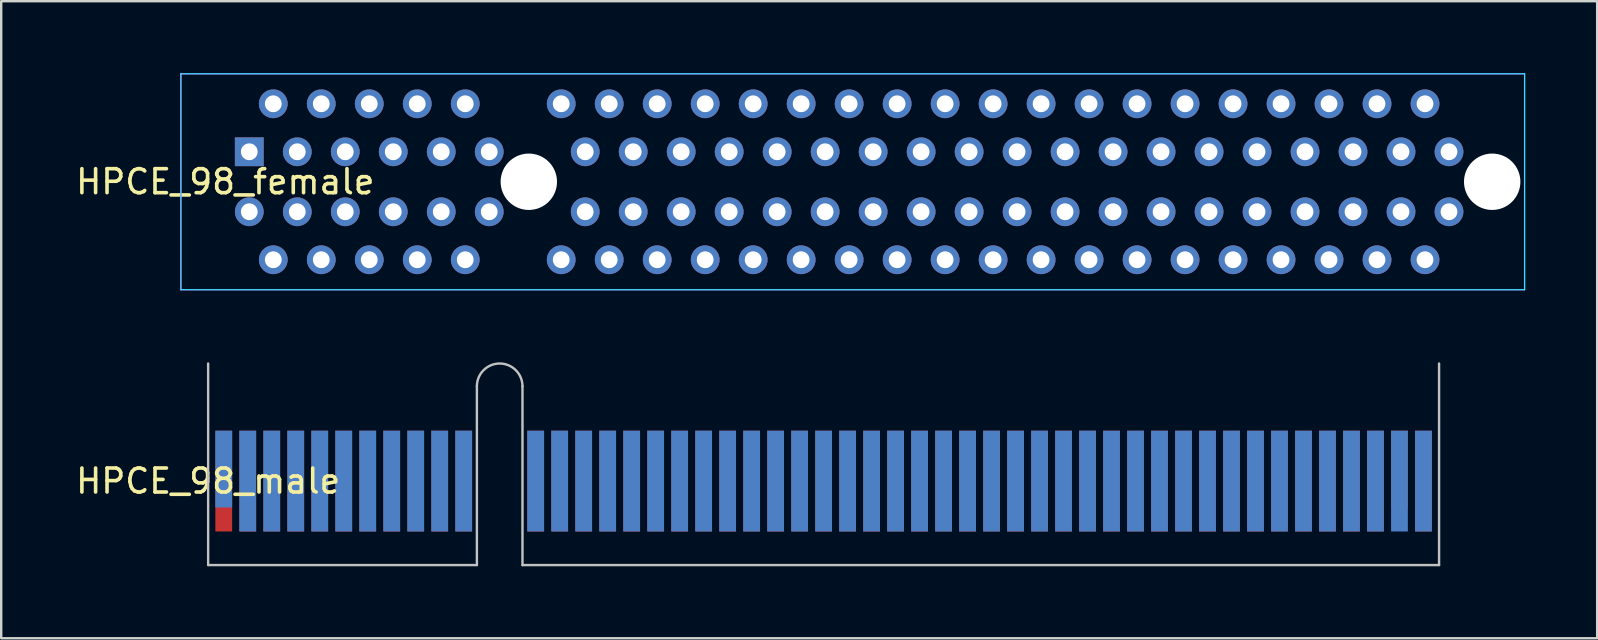
<source format=kicad_pcb>
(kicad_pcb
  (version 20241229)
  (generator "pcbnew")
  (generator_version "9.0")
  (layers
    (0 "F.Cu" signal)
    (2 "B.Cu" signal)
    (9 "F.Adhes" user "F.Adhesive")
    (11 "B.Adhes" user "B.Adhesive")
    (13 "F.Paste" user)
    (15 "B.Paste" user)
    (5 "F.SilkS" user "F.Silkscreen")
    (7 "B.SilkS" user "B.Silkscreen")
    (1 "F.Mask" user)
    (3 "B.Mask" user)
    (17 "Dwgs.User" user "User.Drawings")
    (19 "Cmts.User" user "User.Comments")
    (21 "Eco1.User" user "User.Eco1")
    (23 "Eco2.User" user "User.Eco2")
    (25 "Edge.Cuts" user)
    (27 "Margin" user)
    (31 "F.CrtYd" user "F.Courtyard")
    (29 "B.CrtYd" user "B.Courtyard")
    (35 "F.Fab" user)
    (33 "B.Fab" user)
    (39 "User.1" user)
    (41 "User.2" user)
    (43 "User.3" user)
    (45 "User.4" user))
  (footprint "HPCE_98_male"
    (layer "F.Cu")
    (at 5.625 17)
    (property "Reference" "HPCE_98_male" (at 0 0 0) (layer "F.SilkS") (effects (font (size 1 1) (thickness 0.15))))
    (attr through_hole)
    (fp_line (start 0 3.5) (end 0 -4.9) (stroke (width 0.1) (type solid)) (layer "Dwgs.User"))
    (fp_line (start 0 3.5) (end 11.2 3.5) (stroke (width 0.1) (type solid)) (layer "Dwgs.User"))
    (fp_line (start 11.2 3.5) (end 11.2 -3.95) (stroke (width 0.1) (type solid)) (layer "Dwgs.User"))
    (fp_line (start 13.1 3.5) (end 13.1 -3.95) (stroke (width 0.1) (type solid)) (layer "Dwgs.User"))
    (fp_line (start 13.1 3.5) (end 51.3 3.5) (stroke (width 0.1) (type solid)) (layer "Dwgs.User"))
    (fp_line (start 51.3 3.5) (end 51.3 -4.9) (stroke (width 0.1) (type solid)) (layer "Dwgs.User"))
    (fp_arc (start 11.2 -3.95) (mid 12.15 -4.9) (end 13.1 -3.95) (stroke (width 0.1) (type solid)) (layer "Dwgs.User"))
    (pad "A1" smd rect (at 0.65 -0.5) (size 0.7 3.2) (layers "B.Cu" "B.Mask"))
    (pad "A2" smd rect (at 1.65 0) (size 0.7 4.2) (layers "B.Cu" "B.Mask"))
    (pad "A3" smd rect (at 2.65 0) (size 0.7 4.2) (layers "B.Cu" "B.Mask"))
    (pad "A4" smd rect (at 3.65 0) (size 0.7 4.2) (layers "B.Cu" "B.Mask"))
    (pad "A5" smd rect (at 4.65 0) (size 0.7 4.2) (layers "B.Cu" "B.Mask"))
    (pad "A6" smd rect (at 5.65 0) (size 0.7 4.2) (layers "B.Cu" "B.Mask"))
    (pad "A7" smd rect (at 6.65 0) (size 0.7 4.2) (layers "B.Cu" "B.Mask"))
    (pad "A8" smd rect (at 7.65 0) (size 0.7 4.2) (layers "B.Cu" "B.Mask"))
    (pad "A9" smd rect (at 8.65 0) (size 0.7 4.2) (layers "B.Cu" "B.Mask"))
    (pad "A10" smd rect (at 9.65 0) (size 0.7 4.2) (layers "B.Cu" "B.Mask"))
    (pad "A11" smd rect (at 10.65 0) (size 0.7 4.2) (layers "B.Cu" "B.Mask"))
    (pad "A12" smd rect (at 13.65 0) (size 0.7 4.2) (layers "B.Cu" "B.Mask"))
    (pad "A13" smd rect (at 14.65 0) (size 0.7 4.2) (layers "B.Cu" "B.Mask"))
    (pad "A14" smd rect (at 15.65 0) (size 0.7 4.2) (layers "B.Cu" "B.Mask"))
    (pad "A15" smd rect (at 16.65 0) (size 0.7 4.2) (layers "B.Cu" "B.Mask"))
    (pad "A16" smd rect (at 17.65 0) (size 0.7 4.2) (layers "B.Cu" "B.Mask"))
    (pad "A17" smd rect (at 18.65 0) (size 0.7 4.2) (layers "B.Cu" "B.Mask"))
    (pad "A18" smd rect (at 19.65 0) (size 0.7 4.2) (layers "B.Cu" "B.Mask"))
    (pad "A19" smd rect (at 20.65 0) (size 0.7 4.2) (layers "B.Cu" "B.Mask"))
    (pad "A20" smd rect (at 21.65 0) (size 0.7 4.2) (layers "B.Cu" "B.Mask"))
    (pad "A21" smd rect (at 22.65 0) (size 0.7 4.2) (layers "B.Cu" "B.Mask"))
    (pad "A22" smd rect (at 23.65 0) (size 0.7 4.2) (layers "B.Cu" "B.Mask"))
    (pad "A23" smd rect (at 24.65 0) (size 0.7 4.2) (layers "B.Cu" "B.Mask"))
    (pad "A24" smd rect (at 25.65 0) (size 0.7 4.2) (layers "B.Cu" "B.Mask"))
    (pad "A25" smd rect (at 26.65 0) (size 0.7 4.2) (layers "B.Cu" "B.Mask"))
    (pad "A26" smd rect (at 27.65 0) (size 0.7 4.2) (layers "B.Cu" "B.Mask"))
    (pad "A27" smd rect (at 28.65 0) (size 0.7 4.2) (layers "B.Cu" "B.Mask"))
    (pad "A28" smd rect (at 29.65 0) (size 0.7 4.2) (layers "B.Cu" "B.Mask"))
    (pad "A29" smd rect (at 30.65 0) (size 0.7 4.2) (layers "B.Cu" "B.Mask"))
    (pad "A30" smd rect (at 31.65 0) (size 0.7 4.2) (layers "B.Cu" "B.Mask"))
    (pad "A31" smd rect (at 32.65 0) (size 0.7 4.2) (layers "B.Cu" "B.Mask"))
    (pad "A32" smd rect (at 33.65 0) (size 0.7 4.2) (layers "B.Cu" "B.Mask"))
    (pad "A33" smd rect (at 34.65 0) (size 0.7 4.2) (layers "B.Cu" "B.Mask"))
    (pad "A34" smd rect (at 35.65 0) (size 0.7 4.2) (layers "B.Cu" "B.Mask"))
    (pad "A35" smd rect (at 36.65 0) (size 0.7 4.2) (layers "B.Cu" "B.Mask"))
    (pad "A36" smd rect (at 37.65 0) (size 0.7 4.2) (layers "B.Cu" "B.Mask"))
    (pad "A37" smd rect (at 38.65 0) (size 0.7 4.2) (layers "B.Cu" "B.Mask"))
    (pad "A38" smd rect (at 39.65 0) (size 0.7 4.2) (layers "B.Cu" "B.Mask"))
    (pad "A39" smd rect (at 40.65 0) (size 0.7 4.2) (layers "B.Cu" "B.Mask"))
    (pad "A40" smd rect (at 41.65 0) (size 0.7 4.2) (layers "B.Cu" "B.Mask"))
    (pad "A41" smd rect (at 42.65 0) (size 0.7 4.2) (layers "B.Cu" "B.Mask"))
    (pad "A42" smd rect (at 43.65 0) (size 0.7 4.2) (layers "B.Cu" "B.Mask"))
    (pad "A43" smd rect (at 44.65 0) (size 0.7 4.2) (layers "B.Cu" "B.Mask"))
    (pad "A44" smd rect (at 45.65 0) (size 0.7 4.2) (layers "B.Cu" "B.Mask"))
    (pad "A45" smd rect (at 46.65 0) (size 0.7 4.2) (layers "B.Cu" "B.Mask"))
    (pad "A46" smd rect (at 47.65 0) (size 0.7 4.2) (layers "B.Cu" "B.Mask"))
    (pad "A47" smd rect (at 48.65 0) (size 0.7 4.2) (layers "B.Cu" "B.Mask"))
    (pad "A48" smd rect (at 49.65 0) (size 0.7 4.2) (layers "B.Cu" "B.Mask"))
    (pad "A49" smd rect (at 50.65 0) (size 0.7 4.2) (layers "B.Cu" "B.Mask"))
    (pad "B1" smd rect (at 0.65 0) (size 0.7 4.2) (layers "F.Cu" "F.Mask"))
    (pad "B2" smd rect (at 1.65 0) (size 0.7 4.2) (layers "F.Cu" "F.Mask"))
    (pad "B3" smd rect (at 2.65 0) (size 0.7 4.2) (layers "F.Cu" "F.Mask"))
    (pad "B4" smd rect (at 3.65 0) (size 0.7 4.2) (layers "F.Cu" "F.Mask"))
    (pad "B5" smd rect (at 4.65 0) (size 0.7 4.2) (layers "F.Cu" "F.Mask"))
    (pad "B6" smd rect (at 5.65 0) (size 0.7 4.2) (layers "F.Cu" "F.Mask"))
    (pad "B7" smd rect (at 6.65 0) (size 0.7 4.2) (layers "F.Cu" "F.Mask"))
    (pad "B8" smd rect (at 7.65 0) (size 0.7 4.2) (layers "F.Cu" "F.Mask"))
    (pad "B9" smd rect (at 8.65 0) (size 0.7 4.2) (layers "F.Cu" "F.Mask"))
    (pad "B10" smd rect (at 9.65 0) (size 0.7 4.2) (layers "F.Cu" "F.Mask"))
    (pad "B11" smd rect (at 10.65 0) (size 0.7 4.2) (layers "F.Cu" "F.Mask"))
    (pad "B12" smd rect (at 13.65 0) (size 0.7 4.2) (layers "F.Cu" "F.Mask"))
    (pad "B13" smd rect (at 14.65 0) (size 0.7 4.2) (layers "F.Cu" "F.Mask"))
    (pad "B14" smd rect (at 15.65 0) (size 0.7 4.2) (layers "F.Cu" "F.Mask"))
    (pad "B15" smd rect (at 16.65 0) (size 0.7 4.2) (layers "F.Cu" "F.Mask"))
    (pad "B16" smd rect (at 17.65 0) (size 0.7 4.2) (layers "F.Cu" "F.Mask"))
    (pad "B17" smd rect (at 18.65 0) (size 0.7 4.2) (layers "F.Cu" "F.Mask"))
    (pad "B18" smd rect (at 19.65 0) (size 0.7 4.2) (layers "F.Cu" "F.Mask"))
    (pad "B19" smd rect (at 20.65 0) (size 0.7 4.2) (layers "F.Cu" "F.Mask"))
    (pad "B20" smd rect (at 21.65 0) (size 0.7 4.2) (layers "F.Cu" "F.Mask"))
    (pad "B21" smd rect (at 22.65 0) (size 0.7 4.2) (layers "F.Cu" "F.Mask"))
    (pad "B22" smd rect (at 23.65 0) (size 0.7 4.2) (layers "F.Cu" "F.Mask"))
    (pad "B23" smd rect (at 24.65 0) (size 0.7 4.2) (layers "F.Cu" "F.Mask"))
    (pad "B24" smd rect (at 25.65 0) (size 0.7 4.2) (layers "F.Cu" "F.Mask"))
    (pad "B25" smd rect (at 26.65 0) (size 0.7 4.2) (layers "F.Cu" "F.Mask"))
    (pad "B26" smd rect (at 27.65 0) (size 0.7 4.2) (layers "F.Cu" "F.Mask"))
    (pad "B27" smd rect (at 28.65 0) (size 0.7 4.2) (layers "F.Cu" "F.Mask"))
    (pad "B28" smd rect (at 29.65 0) (size 0.7 4.2) (layers "F.Cu" "F.Mask"))
    (pad "B29" smd rect (at 30.65 0) (size 0.7 4.2) (layers "F.Cu" "F.Mask"))
    (pad "B30" smd rect (at 31.65 0) (size 0.7 4.2) (layers "F.Cu" "F.Mask"))
    (pad "B31" smd rect (at 32.65 0) (size 0.7 4.2) (layers "F.Cu" "F.Mask"))
    (pad "B32" smd rect (at 33.65 0) (size 0.7 4.2) (layers "F.Cu" "F.Mask"))
    (pad "B33" smd rect (at 34.65 0) (size 0.7 4.2) (layers "F.Cu" "F.Mask"))
    (pad "B34" smd rect (at 35.65 0) (size 0.7 4.2) (layers "F.Cu" "F.Mask"))
    (pad "B35" smd rect (at 36.65 0) (size 0.7 4.2) (layers "F.Cu" "F.Mask"))
    (pad "B36" smd rect (at 37.65 0) (size 0.7 4.2) (layers "F.Cu" "F.Mask"))
    (pad "B37" smd rect (at 38.65 0) (size 0.7 4.2) (layers "F.Cu" "F.Mask"))
    (pad "B38" smd rect (at 39.65 0) (size 0.7 4.2) (layers "F.Cu" "F.Mask"))
    (pad "B39" smd rect (at 40.65 0) (size 0.7 4.2) (layers "F.Cu" "F.Mask"))
    (pad "B40" smd rect (at 41.65 0) (size 0.7 4.2) (layers "F.Cu" "F.Mask"))
    (pad "B41" smd rect (at 42.65 0) (size 0.7 4.2) (layers "F.Cu" "F.Mask"))
    (pad "B42" smd rect (at 43.65 0) (size 0.7 4.2) (layers "F.Cu" "F.Mask"))
    (pad "B43" smd rect (at 44.65 0) (size 0.7 4.2) (layers "F.Cu" "F.Mask"))
    (pad "B44" smd rect (at 45.65 0) (size 0.7 4.2) (layers "F.Cu" "F.Mask"))
    (pad "B45" smd rect (at 46.65 0) (size 0.7 4.2) (layers "F.Cu" "F.Mask"))
    (pad "B46" smd rect (at 47.65 0) (size 0.7 4.2) (layers "F.Cu" "F.Mask"))
    (pad "B47" smd rect (at 48.65 0) (size 0.7 4.2) (layers "F.Cu" "F.Mask"))
    (pad "B48" smd rect (at 49.65 -0.5) (size 0.7 3.2) (layers "F.Cu" "F.Mask"))
    (pad "B49" smd rect (at 50.65 0) (size 0.7 4.2) (layers "F.Cu" "F.Mask")))
  (footprint "HPCE_98_female"
    (layer "F.Cu")
    (at 6.339 4.525)
    (property "Reference" "HPCE_98_female" (at 0 0 0) (layer "F.SilkS") (effects (font (size 1 1) (thickness 0.15))))
    (attr through_hole)
    (fp_line (start -1.85 -4.5) (end -1.85 4.5) (stroke (width 0.05) (type solid)) (layer "B.CrtYd"))
    (fp_line (start -1.85 4.5) (end 54.15 4.5) (stroke (width 0.05) (type solid)) (layer "B.CrtYd"))
    (fp_line (start 54.15 -4.5) (end -1.85 -4.5) (stroke (width 0.05) (type solid)) (layer "B.CrtYd"))
    (fp_line (start 54.15 4.5) (end 54.15 -4.5) (stroke (width 0.05) (type solid)) (layer "B.CrtYd"))
    (fp_line (start -1.85 -4.5) (end -1.85 4.5) (stroke (width 0.05) (type solid)) (layer "F.CrtYd"))
    (fp_line (start -1.85 4.5) (end 54.15 4.5) (stroke (width 0.05) (type solid)) (layer "F.CrtYd"))
    (fp_line (start 54.15 -4.5) (end -1.85 -4.5) (stroke (width 0.05) (type solid)) (layer "F.CrtYd"))
    (fp_line (start 54.15 4.5) (end 54.15 -4.5) (stroke (width 0.05) (type solid)) (layer "F.CrtYd"))
    (pad "" np_thru_hole circle (at 12.65 0) (size 2.35 2.35) (drill 2.35) (layers "*.Cu" "*.Mask"))
    (pad "" np_thru_hole circle (at 52.8 0) (size 2.35 2.35) (drill 2.35) (layers "*.Cu" "*.Mask"))
    (pad "A1" thru_hole rect (at 1 -1.25) (size 1.2 1.2) (drill 0.7) (layers "*.Cu" "*.Mask"))
    (pad "A2" thru_hole circle (at 2 -3.25) (size 1.2 1.2) (drill 0.7) (layers "*.Cu" "*.Mask"))
    (pad "A3" thru_hole circle (at 3 -1.25) (size 1.2 1.2) (drill 0.7) (layers "*.Cu" "*.Mask"))
    (pad "A4" thru_hole circle (at 4 -3.25) (size 1.2 1.2) (drill 0.7) (layers "*.Cu" "*.Mask"))
    (pad "A5" thru_hole circle (at 5 -1.25) (size 1.2 1.2) (drill 0.7) (layers "*.Cu" "*.Mask"))
    (pad "A6" thru_hole circle (at 6 -3.25) (size 1.2 1.2) (drill 0.7) (layers "*.Cu" "*.Mask"))
    (pad "A7" thru_hole circle (at 7 -1.25) (size 1.2 1.2) (drill 0.7) (layers "*.Cu" "*.Mask"))
    (pad "A8" thru_hole circle (at 8 -3.25) (size 1.2 1.2) (drill 0.7) (layers "*.Cu" "*.Mask"))
    (pad "A9" thru_hole circle (at 9 -1.25) (size 1.2 1.2) (drill 0.7) (layers "*.Cu" "*.Mask"))
    (pad "A10" thru_hole circle (at 10 -3.25) (size 1.2 1.2) (drill 0.7) (layers "*.Cu" "*.Mask"))
    (pad "A11" thru_hole circle (at 11 -1.25) (size 1.2 1.2) (drill 0.7) (layers "*.Cu" "*.Mask"))
    (pad "A12" thru_hole circle (at 14 -3.25) (size 1.2 1.2) (drill 0.7) (layers "*.Cu" "*.Mask"))
    (pad "A13" thru_hole circle (at 15 -1.25) (size 1.2 1.2) (drill 0.7) (layers "*.Cu" "*.Mask"))
    (pad "A14" thru_hole circle (at 16 -3.25) (size 1.2 1.2) (drill 0.7) (layers "*.Cu" "*.Mask"))
    (pad "A15" thru_hole circle (at 17 -1.25) (size 1.2 1.2) (drill 0.7) (layers "*.Cu" "*.Mask"))
    (pad "A16" thru_hole circle (at 18 -3.25) (size 1.2 1.2) (drill 0.7) (layers "*.Cu" "*.Mask"))
    (pad "A17" thru_hole circle (at 19 -1.25) (size 1.2 1.2) (drill 0.7) (layers "*.Cu" "*.Mask"))
    (pad "A18" thru_hole circle (at 20 -3.25) (size 1.2 1.2) (drill 0.7) (layers "*.Cu" "*.Mask"))
    (pad "A19" thru_hole circle (at 21 -1.25) (size 1.2 1.2) (drill 0.7) (layers "*.Cu" "*.Mask"))
    (pad "A20" thru_hole circle (at 22 -3.25) (size 1.2 1.2) (drill 0.7) (layers "*.Cu" "*.Mask"))
    (pad "A21" thru_hole circle (at 23 -1.25) (size 1.2 1.2) (drill 0.7) (layers "*.Cu" "*.Mask"))
    (pad "A22" thru_hole circle (at 24 -3.25) (size 1.2 1.2) (drill 0.7) (layers "*.Cu" "*.Mask"))
    (pad "A23" thru_hole circle (at 25 -1.25) (size 1.2 1.2) (drill 0.7) (layers "*.Cu" "*.Mask"))
    (pad "A24" thru_hole circle (at 26 -3.25) (size 1.2 1.2) (drill 0.7) (layers "*.Cu" "*.Mask"))
    (pad "A25" thru_hole circle (at 27 -1.25) (size 1.2 1.2) (drill 0.7) (layers "*.Cu" "*.Mask"))
    (pad "A26" thru_hole circle (at 28 -3.25) (size 1.2 1.2) (drill 0.7) (layers "*.Cu" "*.Mask"))
    (pad "A27" thru_hole circle (at 29 -1.25) (size 1.2 1.2) (drill 0.7) (layers "*.Cu" "*.Mask"))
    (pad "A28" thru_hole circle (at 30 -3.25) (size 1.2 1.2) (drill 0.7) (layers "*.Cu" "*.Mask"))
    (pad "A29" thru_hole circle (at 31 -1.25) (size 1.2 1.2) (drill 0.7) (layers "*.Cu" "*.Mask"))
    (pad "A30" thru_hole circle (at 32 -3.25) (size 1.2 1.2) (drill 0.7) (layers "*.Cu" "*.Mask"))
    (pad "A31" thru_hole circle (at 33 -1.25) (size 1.2 1.2) (drill 0.7) (layers "*.Cu" "*.Mask"))
    (pad "A32" thru_hole circle (at 34 -3.25) (size 1.2 1.2) (drill 0.7) (layers "*.Cu" "*.Mask"))
    (pad "A33" thru_hole circle (at 35 -1.25) (size 1.2 1.2) (drill 0.7) (layers "*.Cu" "*.Mask"))
    (pad "A34" thru_hole circle (at 36 -3.25) (size 1.2 1.2) (drill 0.7) (layers "*.Cu" "*.Mask"))
    (pad "A35" thru_hole circle (at 37 -1.25) (size 1.2 1.2) (drill 0.7) (layers "*.Cu" "*.Mask"))
    (pad "A36" thru_hole circle (at 38 -3.25) (size 1.2 1.2) (drill 0.7) (layers "*.Cu" "*.Mask"))
    (pad "A37" thru_hole circle (at 39 -1.25) (size 1.2 1.2) (drill 0.7) (layers "*.Cu" "*.Mask"))
    (pad "A38" thru_hole circle (at 40 -3.25) (size 1.2 1.2) (drill 0.7) (layers "*.Cu" "*.Mask"))
    (pad "A39" thru_hole circle (at 41 -1.25) (size 1.2 1.2) (drill 0.7) (layers "*.Cu" "*.Mask"))
    (pad "A40" thru_hole circle (at 42 -3.25) (size 1.2 1.2) (drill 0.7) (layers "*.Cu" "*.Mask"))
    (pad "A41" thru_hole circle (at 43 -1.25) (size 1.2 1.2) (drill 0.7) (layers "*.Cu" "*.Mask"))
    (pad "A42" thru_hole circle (at 44 -3.25) (size 1.2 1.2) (drill 0.7) (layers "*.Cu" "*.Mask"))
    (pad "A43" thru_hole circle (at 45 -1.25) (size 1.2 1.2) (drill 0.7) (layers "*.Cu" "*.Mask"))
    (pad "A44" thru_hole circle (at 46 -3.25) (size 1.2 1.2) (drill 0.7) (layers "*.Cu" "*.Mask"))
    (pad "A45" thru_hole circle (at 47 -1.25) (size 1.2 1.2) (drill 0.7) (layers "*.Cu" "*.Mask"))
    (pad "A46" thru_hole circle (at 48 -3.25) (size 1.2 1.2) (drill 0.7) (layers "*.Cu" "*.Mask"))
    (pad "A47" thru_hole circle (at 49 -1.25) (size 1.2 1.2) (drill 0.7) (layers "*.Cu" "*.Mask"))
    (pad "A48" thru_hole circle (at 50 -3.25) (size 1.2 1.2) (drill 0.7) (layers "*.Cu" "*.Mask"))
    (pad "A49" thru_hole circle (at 51 -1.25) (size 1.2 1.2) (drill 0.7) (layers "*.Cu" "*.Mask"))
    (pad "B1" thru_hole circle (at 1 1.25) (size 1.2 1.2) (drill 0.7) (layers "*.Cu" "*.Mask"))
    (pad "B2" thru_hole circle (at 2 3.25) (size 1.2 1.2) (drill 0.7) (layers "*.Cu" "*.Mask"))
    (pad "B3" thru_hole circle (at 3 1.25) (size 1.2 1.2) (drill 0.7) (layers "*.Cu" "*.Mask"))
    (pad "B4" thru_hole circle (at 4 3.25) (size 1.2 1.2) (drill 0.7) (layers "*.Cu" "*.Mask"))
    (pad "B5" thru_hole circle (at 5 1.25) (size 1.2 1.2) (drill 0.7) (layers "*.Cu" "*.Mask"))
    (pad "B6" thru_hole circle (at 6 3.25) (size 1.2 1.2) (drill 0.7) (layers "*.Cu" "*.Mask"))
    (pad "B7" thru_hole circle (at 7 1.25) (size 1.2 1.2) (drill 0.7) (layers "*.Cu" "*.Mask"))
    (pad "B8" thru_hole circle (at 8 3.25) (size 1.2 1.2) (drill 0.7) (layers "*.Cu" "*.Mask"))
    (pad "B9" thru_hole circle (at 9 1.25) (size 1.2 1.2) (drill 0.7) (layers "*.Cu" "*.Mask"))
    (pad "B10" thru_hole circle (at 10 3.25) (size 1.2 1.2) (drill 0.7) (layers "*.Cu" "*.Mask"))
    (pad "B11" thru_hole circle (at 11 1.25) (size 1.2 1.2) (drill 0.7) (layers "*.Cu" "*.Mask"))
    (pad "B12" thru_hole circle (at 14 3.25) (size 1.2 1.2) (drill 0.7) (layers "*.Cu" "*.Mask"))
    (pad "B13" thru_hole circle (at 15 1.25) (size 1.2 1.2) (drill 0.7) (layers "*.Cu" "*.Mask"))
    (pad "B14" thru_hole circle (at 16 3.25) (size 1.2 1.2) (drill 0.7) (layers "*.Cu" "*.Mask"))
    (pad "B15" thru_hole circle (at 17 1.25) (size 1.2 1.2) (drill 0.7) (layers "*.Cu" "*.Mask"))
    (pad "B16" thru_hole circle (at 18 3.25) (size 1.2 1.2) (drill 0.7) (layers "*.Cu" "*.Mask"))
    (pad "B17" thru_hole circle (at 19 1.25) (size 1.2 1.2) (drill 0.7) (layers "*.Cu" "*.Mask"))
    (pad "B18" thru_hole circle (at 20 3.25) (size 1.2 1.2) (drill 0.7) (layers "*.Cu" "*.Mask"))
    (pad "B19" thru_hole circle (at 21 1.25) (size 1.2 1.2) (drill 0.7) (layers "*.Cu" "*.Mask"))
    (pad "B20" thru_hole circle (at 22 3.25) (size 1.2 1.2) (drill 0.7) (layers "*.Cu" "*.Mask"))
    (pad "B21" thru_hole circle (at 23 1.25) (size 1.2 1.2) (drill 0.7) (layers "*.Cu" "*.Mask"))
    (pad "B22" thru_hole circle (at 24 3.25) (size 1.2 1.2) (drill 0.7) (layers "*.Cu" "*.Mask"))
    (pad "B23" thru_hole circle (at 25 1.25) (size 1.2 1.2) (drill 0.7) (layers "*.Cu" "*.Mask"))
    (pad "B24" thru_hole circle (at 26 3.25) (size 1.2 1.2) (drill 0.7) (layers "*.Cu" "*.Mask"))
    (pad "B25" thru_hole circle (at 27 1.25) (size 1.2 1.2) (drill 0.7) (layers "*.Cu" "*.Mask"))
    (pad "B26" thru_hole circle (at 28 3.25) (size 1.2 1.2) (drill 0.7) (layers "*.Cu" "*.Mask"))
    (pad "B27" thru_hole circle (at 29 1.25) (size 1.2 1.2) (drill 0.7) (layers "*.Cu" "*.Mask"))
    (pad "B28" thru_hole circle (at 30 3.25) (size 1.2 1.2) (drill 0.7) (layers "*.Cu" "*.Mask"))
    (pad "B29" thru_hole circle (at 31 1.25) (size 1.2 1.2) (drill 0.7) (layers "*.Cu" "*.Mask"))
    (pad "B30" thru_hole circle (at 32 3.25) (size 1.2 1.2) (drill 0.7) (layers "*.Cu" "*.Mask"))
    (pad "B31" thru_hole circle (at 33 1.25) (size 1.2 1.2) (drill 0.7) (layers "*.Cu" "*.Mask"))
    (pad "B32" thru_hole circle (at 34 3.25) (size 1.2 1.2) (drill 0.7) (layers "*.Cu" "*.Mask"))
    (pad "B33" thru_hole circle (at 35 1.25) (size 1.2 1.2) (drill 0.7) (layers "*.Cu" "*.Mask"))
    (pad "B34" thru_hole circle (at 36 3.25) (size 1.2 1.2) (drill 0.7) (layers "*.Cu" "*.Mask"))
    (pad "B35" thru_hole circle (at 37 1.25) (size 1.2 1.2) (drill 0.7) (layers "*.Cu" "*.Mask"))
    (pad "B36" thru_hole circle (at 38 3.25) (size 1.2 1.2) (drill 0.7) (layers "*.Cu" "*.Mask"))
    (pad "B37" thru_hole circle (at 39 1.25) (size 1.2 1.2) (drill 0.7) (layers "*.Cu" "*.Mask"))
    (pad "B38" thru_hole circle (at 40 3.25) (size 1.2 1.2) (drill 0.7) (layers "*.Cu" "*.Mask"))
    (pad "B39" thru_hole circle (at 41 1.25) (size 1.2 1.2) (drill 0.7) (layers "*.Cu" "*.Mask"))
    (pad "B40" thru_hole circle (at 42 3.25) (size 1.2 1.2) (drill 0.7) (layers "*.Cu" "*.Mask"))
    (pad "B41" thru_hole circle (at 43 1.25) (size 1.2 1.2) (drill 0.7) (layers "*.Cu" "*.Mask"))
    (pad "B42" thru_hole circle (at 44 3.25) (size 1.2 1.2) (drill 0.7) (layers "*.Cu" "*.Mask"))
    (pad "B43" thru_hole circle (at 45 1.25) (size 1.2 1.2) (drill 0.7) (layers "*.Cu" "*.Mask"))
    (pad "B44" thru_hole circle (at 46 3.25) (size 1.2 1.2) (drill 0.7) (layers "*.Cu" "*.Mask"))
    (pad "B45" thru_hole circle (at 47 1.25) (size 1.2 1.2) (drill 0.7) (layers "*.Cu" "*.Mask"))
    (pad "B46" thru_hole circle (at 48 3.25) (size 1.2 1.2) (drill 0.7) (layers "*.Cu" "*.Mask"))
    (pad "B47" thru_hole circle (at 49 1.25) (size 1.2 1.2) (drill 0.7) (layers "*.Cu" "*.Mask"))
    (pad "B48" thru_hole circle (at 50 3.25) (size 1.2 1.2) (drill 0.7) (layers "*.Cu" "*.Mask"))
    (pad "B49" thru_hole circle (at 51 1.25) (size 1.2 1.2) (drill 0.7) (layers "*.Cu" "*.Mask")))
  (gr_rect
    (start -3 -3)
    (end 63.514 23.55)
    (stroke (width 0.1) (type default))
    (fill no)
    (layer "Edge.Cuts")))
</source>
